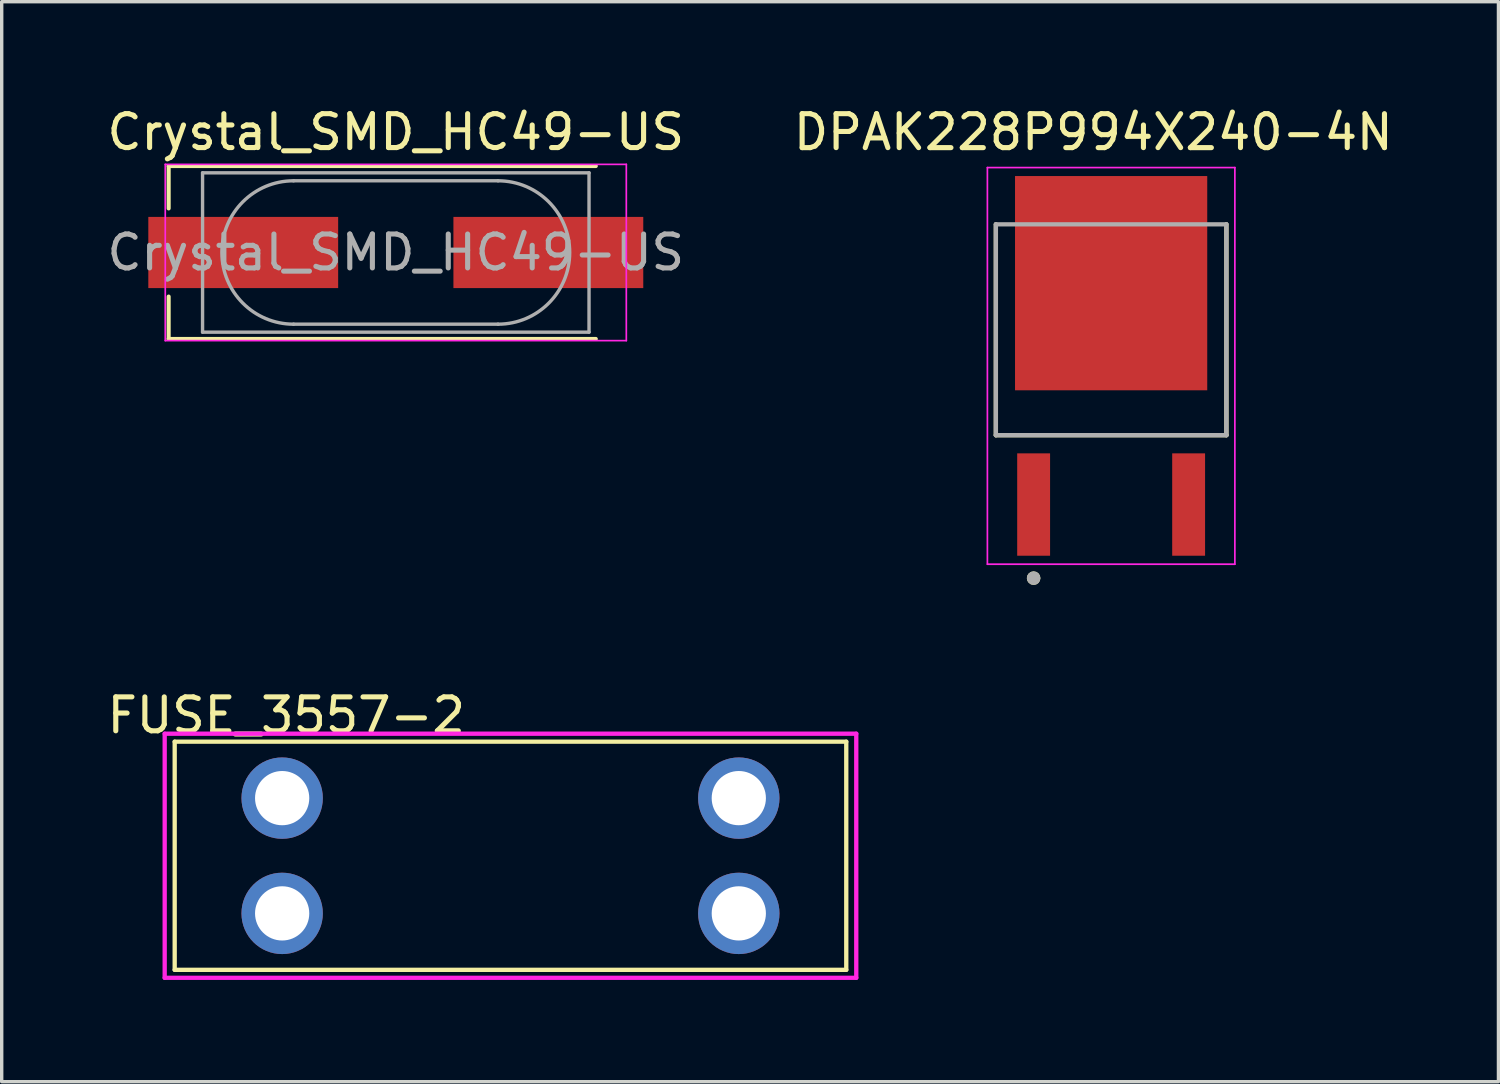
<source format=kicad_pcb>
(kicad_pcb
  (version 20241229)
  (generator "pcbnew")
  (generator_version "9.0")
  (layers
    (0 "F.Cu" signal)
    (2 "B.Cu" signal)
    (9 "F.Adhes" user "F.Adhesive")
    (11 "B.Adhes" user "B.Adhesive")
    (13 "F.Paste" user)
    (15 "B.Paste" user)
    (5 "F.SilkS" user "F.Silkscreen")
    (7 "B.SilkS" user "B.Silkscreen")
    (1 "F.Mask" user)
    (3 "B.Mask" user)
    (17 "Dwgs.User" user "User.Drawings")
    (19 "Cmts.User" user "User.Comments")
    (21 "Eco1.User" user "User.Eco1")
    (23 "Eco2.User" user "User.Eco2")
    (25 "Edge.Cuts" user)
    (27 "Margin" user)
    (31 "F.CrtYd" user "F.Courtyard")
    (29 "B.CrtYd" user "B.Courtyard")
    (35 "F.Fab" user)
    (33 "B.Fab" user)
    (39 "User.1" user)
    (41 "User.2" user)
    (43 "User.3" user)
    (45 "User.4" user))
  (footprint "DPAK228P994X240-4N"
    (layer "F.Cu")
    (at 29.726 7.743)
    (property "Reference" "DPAK228P994X240-4N" (at -0.526 -6.894 0) (layer "F.SilkS") (effects (font (size 1.002 1.002) (thickness 0.15))))
    (attr through_hole)
    (fp_line (start -3.4 -4.176) (end -3.4 2.044) (stroke (width 0.127) (type solid)) (layer "F.SilkS"))
    (fp_line (start 3.4 -4.176) (end 3.4 2.044) (stroke (width 0.127) (type solid)) (layer "F.SilkS"))
    (fp_line (start 3.4 2.044) (end -3.4 2.044) (stroke (width 0.127) (type solid)) (layer "F.SilkS"))
    (fp_circle (center -2.286 6.261) (end -2.186 6.261) (stroke (width 0.2) (type solid)) (fill no) (layer "F.SilkS"))
    (fp_poly (pts (xy -2.27 -5.23) (xy -0.55 -5.23) (xy -0.55 -3.87) (xy -2.27 -3.87)) (stroke (width 0.01) (type solid)) (fill yes) (layer "F.Paste"))
    (fp_poly (pts (xy -2.27 -3.12) (xy -0.55 -3.12) (xy -0.55 -1.76) (xy -2.27 -1.76)) (stroke (width 0.01) (type solid)) (fill yes) (layer "F.Paste"))
    (fp_poly (pts (xy -2.27 -1.01) (xy -0.55 -1.01) (xy -0.55 0.35) (xy -2.27 0.35)) (stroke (width 0.01) (type solid)) (fill yes) (layer "F.Paste"))
    (fp_poly (pts (xy 0.55 -5.23) (xy 2.27 -5.23) (xy 2.27 -3.87) (xy 0.55 -3.87)) (stroke (width 0.01) (type solid)) (fill yes) (layer "F.Paste"))
    (fp_poly (pts (xy 0.55 -3.12) (xy 2.27 -3.12) (xy 2.27 -1.76) (xy 0.55 -1.76)) (stroke (width 0.01) (type solid)) (fill yes) (layer "F.Paste"))
    (fp_poly (pts (xy 0.55 -1.01) (xy 2.27 -1.01) (xy 2.27 0.35) (xy 0.55 0.35)) (stroke (width 0.01) (type solid)) (fill yes) (layer "F.Paste"))
    (fp_line (start -3.65 -5.85) (end -3.65 5.85) (stroke (width 0.05) (type solid)) (layer "F.CrtYd"))
    (fp_line (start -3.65 5.85) (end 3.65 5.85) (stroke (width 0.05) (type solid)) (layer "F.CrtYd"))
    (fp_line (start 3.65 -5.85) (end -3.65 -5.85) (stroke (width 0.05) (type solid)) (layer "F.CrtYd"))
    (fp_line (start 3.65 5.85) (end 3.65 -5.85) (stroke (width 0.05) (type solid)) (layer "F.CrtYd"))
    (fp_line (start -3.4 -4.176) (end 3.4 -4.176) (stroke (width 0.127) (type solid)) (layer "F.Fab"))
    (fp_line (start -3.4 2.044) (end -3.4 -4.176) (stroke (width 0.127) (type solid)) (layer "F.Fab"))
    (fp_line (start 3.4 2.044) (end -3.4 2.044) (stroke (width 0.127) (type solid)) (layer "F.Fab"))
    (fp_line (start 3.4 2.044) (end 3.4 -4.176) (stroke (width 0.127) (type solid)) (layer "F.Fab"))
    (fp_circle (center -2.286 6.261) (end -2.186 6.261) (stroke (width 0.2) (type solid)) (fill no) (layer "F.Fab"))
    (pad "1" smd rect (at -2.286 4.09 270) (size 3.02 0.97) (layers "F.Cu" "F.Mask" "F.Paste"))
    (pad "3" smd rect (at 2.286 4.09 270) (size 3.02 0.97) (layers "F.Cu" "F.Mask" "F.Paste"))
    (pad "4" smd rect (at 0 -2.44 90) (size 6.32 5.67) (layers "F.Cu" "F.Mask")))
  (footprint "FUSE_3557-2"
    (layer "F.Cu")
    (at 12.008 22.193)
    (property "Reference" "FUSE_3557-2" (at -6.614 -4.141 0) (layer "F.SilkS") (effects (font (size 1.001 1.001) (thickness 0.15))))
    (attr through_hole)
    (fp_line (start -9.905 -3.365) (end -9.905 3.365) (stroke (width 0.127) (type solid)) (layer "F.SilkS"))
    (fp_line (start -9.905 3.365) (end 9.905 3.365) (stroke (width 0.127) (type solid)) (layer "F.SilkS"))
    (fp_line (start 9.905 -3.365) (end -9.905 -3.365) (stroke (width 0.127) (type solid)) (layer "F.SilkS"))
    (fp_line (start 9.905 3.365) (end 9.905 -3.365) (stroke (width 0.127) (type solid)) (layer "F.SilkS"))
    (fp_line (start -10.2 -3.6) (end 10.2 -3.6) (stroke (width 0.127) (type solid)) (layer "F.CrtYd"))
    (fp_line (start -10.2 3.6) (end -10.2 -3.6) (stroke (width 0.127) (type solid)) (layer "F.CrtYd"))
    (fp_line (start 10.2 -3.6) (end 10.2 3.6) (stroke (width 0.127) (type solid)) (layer "F.CrtYd"))
    (fp_line (start 10.2 3.6) (end -10.2 3.6) (stroke (width 0.127) (type solid)) (layer "F.CrtYd"))
    (pad "1" thru_hole circle (at -6.735 -1.7) (size 2.4 2.4) (drill 1.6) (layers "*.Cu" "*.Mask"))
    (pad "1" thru_hole circle (at -6.735 1.7) (size 2.4 2.4) (drill 1.6) (layers "*.Cu" "*.Mask"))
    (pad "2" thru_hole circle (at 6.735 -1.7) (size 2.4 2.4) (drill 1.6) (layers "*.Cu" "*.Mask"))
    (pad "2" thru_hole circle (at 6.735 1.7) (size 2.4 2.4) (drill 1.6) (layers "*.Cu" "*.Mask")))
  (footprint "Crystal_SMD_HC49-US"
    (layer "F.Cu")
    (at 8.625 4.398)
    (property "Reference" "Crystal_SMD_HC49-US" (at 0 -3.55 0) (layer "F.SilkS") (effects (font (size 1 1) (thickness 0.15))))
    (attr smd)
    (fp_line (start -6.7 -2.55) (end -6.7 -1.3) (stroke (width 0.12) (type solid)) (layer "F.SilkS"))
    (fp_line (start -6.7 1.3) (end -6.7 2.55) (stroke (width 0.12) (type solid)) (layer "F.SilkS"))
    (fp_line (start -6.7 2.55) (end 5.9 2.55) (stroke (width 0.12) (type solid)) (layer "F.SilkS"))
    (fp_line (start 5.9 -2.55) (end -6.7 -2.55) (stroke (width 0.12) (type solid)) (layer "F.SilkS"))
    (fp_line (start -6.8 -2.6) (end -6.8 2.6) (stroke (width 0.05) (type solid)) (layer "F.CrtYd"))
    (fp_line (start -6.8 2.6) (end 6.8 2.6) (stroke (width 0.05) (type solid)) (layer "F.CrtYd"))
    (fp_line (start 6.8 -2.6) (end -6.8 -2.6) (stroke (width 0.05) (type solid)) (layer "F.CrtYd"))
    (fp_line (start 6.8 2.6) (end 6.8 -2.6) (stroke (width 0.05) (type solid)) (layer "F.CrtYd"))
    (fp_line (start -5.7 -2.35) (end -5.7 2.35) (stroke (width 0.1) (type solid)) (layer "F.Fab"))
    (fp_line (start -5.7 2.35) (end 5.7 2.35) (stroke (width 0.1) (type solid)) (layer "F.Fab"))
    (fp_line (start -3.015 -2.115) (end 3.015 -2.115) (stroke (width 0.1) (type solid)) (layer "F.Fab"))
    (fp_line (start -3.015 2.115) (end 3.015 2.115) (stroke (width 0.1) (type solid)) (layer "F.Fab"))
    (fp_line (start 5.7 -2.35) (end -5.7 -2.35) (stroke (width 0.1) (type solid)) (layer "F.Fab"))
    (fp_line (start 5.7 2.35) (end 5.7 -2.35) (stroke (width 0.1) (type solid)) (layer "F.Fab"))
    (fp_arc (start -3.015 2.115) (mid -5.13 0) (end -3.015 -2.115) (stroke (width 0.1) (type solid)) (layer "F.Fab"))
    (fp_arc (start 3.015 -2.115) (mid 5.13 0) (end 3.015 2.115) (stroke (width 0.1) (type solid)) (layer "F.Fab"))
    (fp_text user "${REFERENCE}" (at 0 0 0) (layer "F.Fab") (effects (font (size 1 1) (thickness 0.15))))
    (pad "1" smd rect (at -4.5 0) (size 5.6 2.1) (layers "F.Cu" "F.Mask" "F.Paste"))
    (pad "2" smd rect (at 4.5 0) (size 5.6 2.1) (layers "F.Cu" "F.Mask" "F.Paste")))
  (gr_rect
    (start -3 -3)
    (end 41.151 28.857)
    (stroke (width 0.1) (type default))
    (fill no)
    (layer "Edge.Cuts")))
</source>
